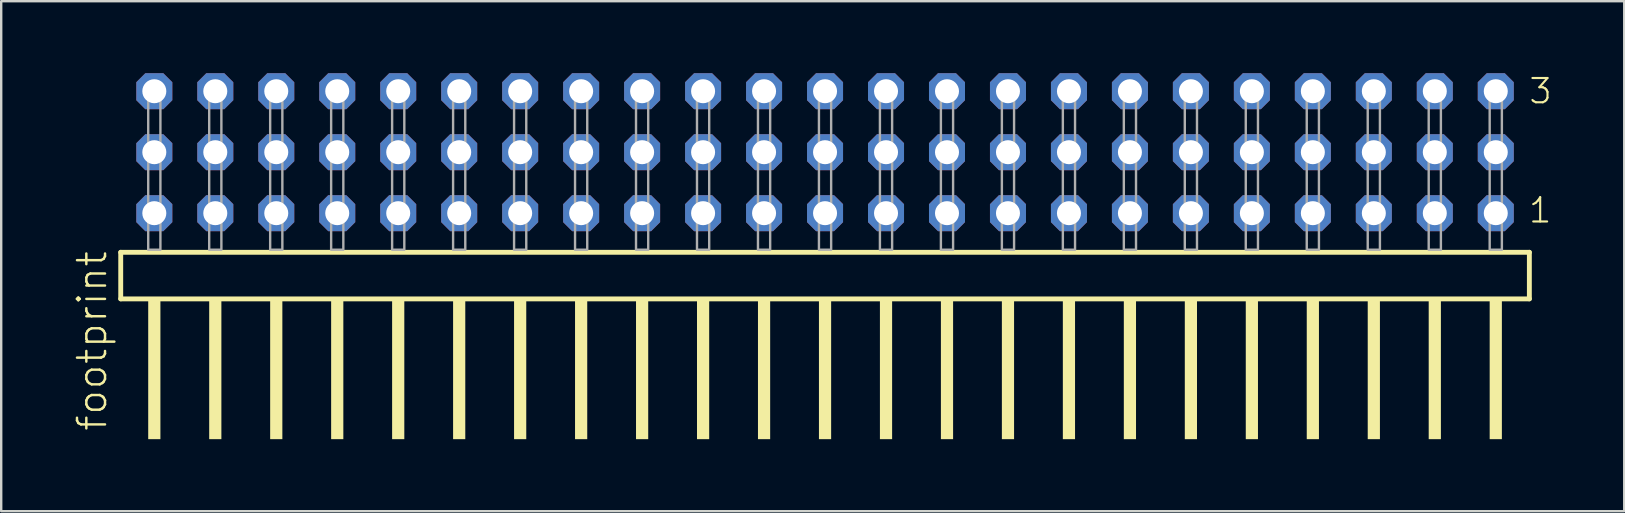
<source format=kicad_pcb>
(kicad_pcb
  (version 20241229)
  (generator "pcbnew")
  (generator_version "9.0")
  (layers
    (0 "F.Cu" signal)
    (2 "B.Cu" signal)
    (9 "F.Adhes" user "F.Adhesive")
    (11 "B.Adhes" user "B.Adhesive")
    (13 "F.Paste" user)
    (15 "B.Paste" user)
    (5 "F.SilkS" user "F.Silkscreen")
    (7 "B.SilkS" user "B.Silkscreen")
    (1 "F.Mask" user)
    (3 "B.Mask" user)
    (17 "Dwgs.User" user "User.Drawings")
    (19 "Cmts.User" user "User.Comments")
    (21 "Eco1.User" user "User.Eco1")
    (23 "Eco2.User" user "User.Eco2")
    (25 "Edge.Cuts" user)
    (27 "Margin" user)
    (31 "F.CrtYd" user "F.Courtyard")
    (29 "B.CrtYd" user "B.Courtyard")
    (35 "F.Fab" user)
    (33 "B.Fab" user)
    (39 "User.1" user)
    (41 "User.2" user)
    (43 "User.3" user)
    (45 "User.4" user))
  (footprint "footprint"
    (layer "F.Cu")
    (at 31.318 7.354)
    (property "Reference" "footprint" (at -29.845 7.62 90) (layer "F.SilkS") (effects (font (size 1.168 1.168) (thickness 0.102)) (justify left bottom)))
    (fp_line (start -29.339 0.106) (end -29.339 2.046) (stroke (width 0.203) (type solid)) (layer "F.SilkS"))
    (fp_line (start -29.339 2.046) (end 29.339 2.046) (stroke (width 0.203) (type solid)) (layer "F.SilkS"))
    (fp_line (start 29.339 0.106) (end -29.339 0.106) (stroke (width 0.203) (type solid)) (layer "F.SilkS"))
    (fp_line (start 29.339 2.046) (end 29.339 0.106) (stroke (width 0.203) (type solid)) (layer "F.SilkS"))
    (fp_poly (pts (xy -28.194 7.89) (xy -27.686 7.89) (xy -27.686 2.04) (xy -28.194 2.04)) (stroke (width 0) (type solid)) (fill yes) (layer "F.SilkS"))
    (fp_poly (pts (xy -25.654 7.89) (xy -25.146 7.89) (xy -25.146 2.04) (xy -25.654 2.04)) (stroke (width 0) (type solid)) (fill yes) (layer "F.SilkS"))
    (fp_poly (pts (xy -23.114 7.89) (xy -22.606 7.89) (xy -22.606 2.04) (xy -23.114 2.04)) (stroke (width 0) (type solid)) (fill yes) (layer "F.SilkS"))
    (fp_poly (pts (xy -20.574 7.89) (xy -20.066 7.89) (xy -20.066 2.04) (xy -20.574 2.04)) (stroke (width 0) (type solid)) (fill yes) (layer "F.SilkS"))
    (fp_poly (pts (xy -18.034 7.89) (xy -17.526 7.89) (xy -17.526 2.04) (xy -18.034 2.04)) (stroke (width 0) (type solid)) (fill yes) (layer "F.SilkS"))
    (fp_poly (pts (xy -15.494 7.89) (xy -14.986 7.89) (xy -14.986 2.04) (xy -15.494 2.04)) (stroke (width 0) (type solid)) (fill yes) (layer "F.SilkS"))
    (fp_poly (pts (xy -12.954 7.89) (xy -12.446 7.89) (xy -12.446 2.04) (xy -12.954 2.04)) (stroke (width 0) (type solid)) (fill yes) (layer "F.SilkS"))
    (fp_poly (pts (xy -10.414 7.89) (xy -9.906 7.89) (xy -9.906 2.04) (xy -10.414 2.04)) (stroke (width 0) (type solid)) (fill yes) (layer "F.SilkS"))
    (fp_poly (pts (xy -7.874 7.89) (xy -7.366 7.89) (xy -7.366 2.04) (xy -7.874 2.04)) (stroke (width 0) (type solid)) (fill yes) (layer "F.SilkS"))
    (fp_poly (pts (xy -5.334 7.89) (xy -4.826 7.89) (xy -4.826 2.04) (xy -5.334 2.04)) (stroke (width 0) (type solid)) (fill yes) (layer "F.SilkS"))
    (fp_poly (pts (xy -2.794 7.89) (xy -2.286 7.89) (xy -2.286 2.04) (xy -2.794 2.04)) (stroke (width 0) (type solid)) (fill yes) (layer "F.SilkS"))
    (fp_poly (pts (xy -0.254 7.89) (xy 0.254 7.89) (xy 0.254 2.04) (xy -0.254 2.04)) (stroke (width 0) (type solid)) (fill yes) (layer "F.SilkS"))
    (fp_poly (pts (xy 2.286 7.89) (xy 2.794 7.89) (xy 2.794 2.04) (xy 2.286 2.04)) (stroke (width 0) (type solid)) (fill yes) (layer "F.SilkS"))
    (fp_poly (pts (xy 4.826 7.89) (xy 5.334 7.89) (xy 5.334 2.04) (xy 4.826 2.04)) (stroke (width 0) (type solid)) (fill yes) (layer "F.SilkS"))
    (fp_poly (pts (xy 7.366 7.89) (xy 7.874 7.89) (xy 7.874 2.04) (xy 7.366 2.04)) (stroke (width 0) (type solid)) (fill yes) (layer "F.SilkS"))
    (fp_poly (pts (xy 9.906 7.89) (xy 10.414 7.89) (xy 10.414 2.04) (xy 9.906 2.04)) (stroke (width 0) (type solid)) (fill yes) (layer "F.SilkS"))
    (fp_poly (pts (xy 12.446 7.89) (xy 12.954 7.89) (xy 12.954 2.04) (xy 12.446 2.04)) (stroke (width 0) (type solid)) (fill yes) (layer "F.SilkS"))
    (fp_poly (pts (xy 14.986 7.89) (xy 15.494 7.89) (xy 15.494 2.04) (xy 14.986 2.04)) (stroke (width 0) (type solid)) (fill yes) (layer "F.SilkS"))
    (fp_poly (pts (xy 17.526 7.89) (xy 18.034 7.89) (xy 18.034 2.04) (xy 17.526 2.04)) (stroke (width 0) (type solid)) (fill yes) (layer "F.SilkS"))
    (fp_poly (pts (xy 20.066 7.89) (xy 20.574 7.89) (xy 20.574 2.04) (xy 20.066 2.04)) (stroke (width 0) (type solid)) (fill yes) (layer "F.SilkS"))
    (fp_poly (pts (xy 22.606 7.89) (xy 23.114 7.89) (xy 23.114 2.04) (xy 22.606 2.04)) (stroke (width 0) (type solid)) (fill yes) (layer "F.SilkS"))
    (fp_poly (pts (xy 25.146 7.89) (xy 25.654 7.89) (xy 25.654 2.04) (xy 25.146 2.04)) (stroke (width 0) (type solid)) (fill yes) (layer "F.SilkS"))
    (fp_poly (pts (xy 27.686 7.89) (xy 28.194 7.89) (xy 28.194 2.04) (xy 27.686 2.04)) (stroke (width 0) (type solid)) (fill yes) (layer "F.SilkS"))
    (fp_poly (pts (xy -28.194 0) (xy -27.686 0) (xy -27.686 -6.858) (xy -28.194 -6.858)) (stroke (width 0.1) (type solid)) (fill no) (layer "F.Fab"))
    (fp_poly (pts (xy -25.654 0) (xy -25.146 0) (xy -25.146 -6.858) (xy -25.654 -6.858)) (stroke (width 0.1) (type solid)) (fill no) (layer "F.Fab"))
    (fp_poly (pts (xy -23.114 0) (xy -22.606 0) (xy -22.606 -6.858) (xy -23.114 -6.858)) (stroke (width 0.1) (type solid)) (fill no) (layer "F.Fab"))
    (fp_poly (pts (xy -20.574 0) (xy -20.066 0) (xy -20.066 -6.858) (xy -20.574 -6.858)) (stroke (width 0.1) (type solid)) (fill no) (layer "F.Fab"))
    (fp_poly (pts (xy -18.034 0) (xy -17.526 0) (xy -17.526 -6.858) (xy -18.034 -6.858)) (stroke (width 0.1) (type solid)) (fill no) (layer "F.Fab"))
    (fp_poly (pts (xy -15.494 0) (xy -14.986 0) (xy -14.986 -6.858) (xy -15.494 -6.858)) (stroke (width 0.1) (type solid)) (fill no) (layer "F.Fab"))
    (fp_poly (pts (xy -12.954 0) (xy -12.446 0) (xy -12.446 -6.858) (xy -12.954 -6.858)) (stroke (width 0.1) (type solid)) (fill no) (layer "F.Fab"))
    (fp_poly (pts (xy -10.414 0) (xy -9.906 0) (xy -9.906 -6.858) (xy -10.414 -6.858)) (stroke (width 0.1) (type solid)) (fill no) (layer "F.Fab"))
    (fp_poly (pts (xy -7.874 0) (xy -7.366 0) (xy -7.366 -6.858) (xy -7.874 -6.858)) (stroke (width 0.1) (type solid)) (fill no) (layer "F.Fab"))
    (fp_poly (pts (xy -5.334 0) (xy -4.826 0) (xy -4.826 -6.858) (xy -5.334 -6.858)) (stroke (width 0.1) (type solid)) (fill no) (layer "F.Fab"))
    (fp_poly (pts (xy -2.794 0) (xy -2.286 0) (xy -2.286 -6.858) (xy -2.794 -6.858)) (stroke (width 0.1) (type solid)) (fill no) (layer "F.Fab"))
    (fp_poly (pts (xy -0.254 0) (xy 0.254 0) (xy 0.254 -6.858) (xy -0.254 -6.858)) (stroke (width 0.1) (type solid)) (fill no) (layer "F.Fab"))
    (fp_poly (pts (xy 2.286 0) (xy 2.794 0) (xy 2.794 -6.858) (xy 2.286 -6.858)) (stroke (width 0.1) (type solid)) (fill no) (layer "F.Fab"))
    (fp_poly (pts (xy 4.826 0) (xy 5.334 0) (xy 5.334 -6.858) (xy 4.826 -6.858)) (stroke (width 0.1) (type solid)) (fill no) (layer "F.Fab"))
    (fp_poly (pts (xy 7.366 0) (xy 7.874 0) (xy 7.874 -6.858) (xy 7.366 -6.858)) (stroke (width 0.1) (type solid)) (fill no) (layer "F.Fab"))
    (fp_poly (pts (xy 9.906 0) (xy 10.414 0) (xy 10.414 -6.858) (xy 9.906 -6.858)) (stroke (width 0.1) (type solid)) (fill no) (layer "F.Fab"))
    (fp_poly (pts (xy 12.446 0) (xy 12.954 0) (xy 12.954 -6.858) (xy 12.446 -6.858)) (stroke (width 0.1) (type solid)) (fill no) (layer "F.Fab"))
    (fp_poly (pts (xy 14.986 0) (xy 15.494 0) (xy 15.494 -6.858) (xy 14.986 -6.858)) (stroke (width 0.1) (type solid)) (fill no) (layer "F.Fab"))
    (fp_poly (pts (xy 17.526 0) (xy 18.034 0) (xy 18.034 -6.858) (xy 17.526 -6.858)) (stroke (width 0.1) (type solid)) (fill no) (layer "F.Fab"))
    (fp_poly (pts (xy 20.066 0) (xy 20.574 0) (xy 20.574 -6.858) (xy 20.066 -6.858)) (stroke (width 0.1) (type solid)) (fill no) (layer "F.Fab"))
    (fp_poly (pts (xy 22.606 0) (xy 23.114 0) (xy 23.114 -6.858) (xy 22.606 -6.858)) (stroke (width 0.1) (type solid)) (fill no) (layer "F.Fab"))
    (fp_poly (pts (xy 25.146 0) (xy 25.654 0) (xy 25.654 -6.858) (xy 25.146 -6.858)) (stroke (width 0.1) (type solid)) (fill no) (layer "F.Fab"))
    (fp_poly (pts (xy 27.686 0) (xy 28.194 0) (xy 28.194 -6.858) (xy 27.686 -6.858)) (stroke (width 0.1) (type solid)) (fill no) (layer "F.Fab"))
    (fp_text user "3" (at 29.265 -6.015 0) (layer "F.SilkS") (effects (font (size 1.012 1.012) (thickness 0.088)) (justify left bottom)))
    (fp_text user "1" (at 29.25 -1.05 0) (layer "F.SilkS") (effects (font (size 1.012 1.012) (thickness 0.088)) (justify left bottom)))
    (pad "1" thru_hole roundrect (at 27.94 -1.524 180) (size 1.5 1.5) (drill 1) (layers "*.Cu" "*.Mask") (roundrect_rratio 0.25) (chamfer_ratio 0.25) (chamfer top_left top_right bottom_left bottom_right))
    (pad "2" thru_hole roundrect (at 27.94 -4.064 180) (size 1.5 1.5) (drill 1) (layers "*.Cu" "*.Mask") (roundrect_rratio 0.25) (chamfer_ratio 0.25) (chamfer top_left top_right bottom_left bottom_right))
    (pad "3" thru_hole roundrect (at 27.94 -6.604 180) (size 1.5 1.5) (drill 1) (layers "*.Cu" "*.Mask") (roundrect_rratio 0.25) (chamfer_ratio 0.25) (chamfer top_left top_right bottom_left bottom_right))
    (pad "4" thru_hole roundrect (at 25.4 -1.524 180) (size 1.5 1.5) (drill 1) (layers "*.Cu" "*.Mask") (roundrect_rratio 0.25) (chamfer_ratio 0.25) (chamfer top_left top_right bottom_left bottom_right))
    (pad "5" thru_hole roundrect (at 25.4 -4.064 180) (size 1.5 1.5) (drill 1) (layers "*.Cu" "*.Mask") (roundrect_rratio 0.25) (chamfer_ratio 0.25) (chamfer top_left top_right bottom_left bottom_right))
    (pad "6" thru_hole roundrect (at 25.4 -6.604 180) (size 1.5 1.5) (drill 1) (layers "*.Cu" "*.Mask") (roundrect_rratio 0.25) (chamfer_ratio 0.25) (chamfer top_left top_right bottom_left bottom_right))
    (pad "7" thru_hole roundrect (at 22.86 -1.524 180) (size 1.5 1.5) (drill 1) (layers "*.Cu" "*.Mask") (roundrect_rratio 0.25) (chamfer_ratio 0.25) (chamfer top_left top_right bottom_left bottom_right))
    (pad "8" thru_hole roundrect (at 22.86 -4.064 180) (size 1.5 1.5) (drill 1) (layers "*.Cu" "*.Mask") (roundrect_rratio 0.25) (chamfer_ratio 0.25) (chamfer top_left top_right bottom_left bottom_right))
    (pad "9" thru_hole roundrect (at 22.86 -6.604 180) (size 1.5 1.5) (drill 1) (layers "*.Cu" "*.Mask") (roundrect_rratio 0.25) (chamfer_ratio 0.25) (chamfer top_left top_right bottom_left bottom_right))
    (pad "10" thru_hole roundrect (at 20.32 -1.524 180) (size 1.5 1.5) (drill 1) (layers "*.Cu" "*.Mask") (roundrect_rratio 0.25) (chamfer_ratio 0.25) (chamfer top_left top_right bottom_left bottom_right))
    (pad "11" thru_hole roundrect (at 20.32 -4.064 180) (size 1.5 1.5) (drill 1) (layers "*.Cu" "*.Mask") (roundrect_rratio 0.25) (chamfer_ratio 0.25) (chamfer top_left top_right bottom_left bottom_right))
    (pad "12" thru_hole roundrect (at 20.32 -6.604 180) (size 1.5 1.5) (drill 1) (layers "*.Cu" "*.Mask") (roundrect_rratio 0.25) (chamfer_ratio 0.25) (chamfer top_left top_right bottom_left bottom_right))
    (pad "13" thru_hole roundrect (at 17.78 -1.524 180) (size 1.5 1.5) (drill 1) (layers "*.Cu" "*.Mask") (roundrect_rratio 0.25) (chamfer_ratio 0.25) (chamfer top_left top_right bottom_left bottom_right))
    (pad "14" thru_hole roundrect (at 17.78 -4.064 180) (size 1.5 1.5) (drill 1) (layers "*.Cu" "*.Mask") (roundrect_rratio 0.25) (chamfer_ratio 0.25) (chamfer top_left top_right bottom_left bottom_right))
    (pad "15" thru_hole roundrect (at 17.78 -6.604 180) (size 1.5 1.5) (drill 1) (layers "*.Cu" "*.Mask") (roundrect_rratio 0.25) (chamfer_ratio 0.25) (chamfer top_left top_right bottom_left bottom_right))
    (pad "16" thru_hole roundrect (at 15.24 -1.524 180) (size 1.5 1.5) (drill 1) (layers "*.Cu" "*.Mask") (roundrect_rratio 0.25) (chamfer_ratio 0.25) (chamfer top_left top_right bottom_left bottom_right))
    (pad "17" thru_hole roundrect (at 15.24 -4.064 180) (size 1.5 1.5) (drill 1) (layers "*.Cu" "*.Mask") (roundrect_rratio 0.25) (chamfer_ratio 0.25) (chamfer top_left top_right bottom_left bottom_right))
    (pad "18" thru_hole roundrect (at 15.24 -6.604 180) (size 1.5 1.5) (drill 1) (layers "*.Cu" "*.Mask") (roundrect_rratio 0.25) (chamfer_ratio 0.25) (chamfer top_left top_right bottom_left bottom_right))
    (pad "19" thru_hole roundrect (at 12.7 -1.524 180) (size 1.5 1.5) (drill 1) (layers "*.Cu" "*.Mask") (roundrect_rratio 0.25) (chamfer_ratio 0.25) (chamfer top_left top_right bottom_left bottom_right))
    (pad "20" thru_hole roundrect (at 12.7 -4.064 180) (size 1.5 1.5) (drill 1) (layers "*.Cu" "*.Mask") (roundrect_rratio 0.25) (chamfer_ratio 0.25) (chamfer top_left top_right bottom_left bottom_right))
    (pad "21" thru_hole roundrect (at 12.7 -6.604 180) (size 1.5 1.5) (drill 1) (layers "*.Cu" "*.Mask") (roundrect_rratio 0.25) (chamfer_ratio 0.25) (chamfer top_left top_right bottom_left bottom_right))
    (pad "22" thru_hole roundrect (at 10.16 -1.524 180) (size 1.5 1.5) (drill 1) (layers "*.Cu" "*.Mask") (roundrect_rratio 0.25) (chamfer_ratio 0.25) (chamfer top_left top_right bottom_left bottom_right))
    (pad "23" thru_hole roundrect (at 10.16 -4.064 180) (size 1.5 1.5) (drill 1) (layers "*.Cu" "*.Mask") (roundrect_rratio 0.25) (chamfer_ratio 0.25) (chamfer top_left top_right bottom_left bottom_right))
    (pad "24" thru_hole roundrect (at 10.16 -6.604 180) (size 1.5 1.5) (drill 1) (layers "*.Cu" "*.Mask") (roundrect_rratio 0.25) (chamfer_ratio 0.25) (chamfer top_left top_right bottom_left bottom_right))
    (pad "25" thru_hole roundrect (at 7.62 -1.524 180) (size 1.5 1.5) (drill 1) (layers "*.Cu" "*.Mask") (roundrect_rratio 0.25) (chamfer_ratio 0.25) (chamfer top_left top_right bottom_left bottom_right))
    (pad "26" thru_hole roundrect (at 7.62 -4.064 180) (size 1.5 1.5) (drill 1) (layers "*.Cu" "*.Mask") (roundrect_rratio 0.25) (chamfer_ratio 0.25) (chamfer top_left top_right bottom_left bottom_right))
    (pad "27" thru_hole roundrect (at 7.62 -6.604 180) (size 1.5 1.5) (drill 1) (layers "*.Cu" "*.Mask") (roundrect_rratio 0.25) (chamfer_ratio 0.25) (chamfer top_left top_right bottom_left bottom_right))
    (pad "28" thru_hole roundrect (at 5.08 -1.524 180) (size 1.5 1.5) (drill 1) (layers "*.Cu" "*.Mask") (roundrect_rratio 0.25) (chamfer_ratio 0.25) (chamfer top_left top_right bottom_left bottom_right))
    (pad "29" thru_hole roundrect (at 5.08 -4.064 180) (size 1.5 1.5) (drill 1) (layers "*.Cu" "*.Mask") (roundrect_rratio 0.25) (chamfer_ratio 0.25) (chamfer top_left top_right bottom_left bottom_right))
    (pad "30" thru_hole roundrect (at 5.08 -6.604 180) (size 1.5 1.5) (drill 1) (layers "*.Cu" "*.Mask") (roundrect_rratio 0.25) (chamfer_ratio 0.25) (chamfer top_left top_right bottom_left bottom_right))
    (pad "31" thru_hole roundrect (at 2.54 -1.524 180) (size 1.5 1.5) (drill 1) (layers "*.Cu" "*.Mask") (roundrect_rratio 0.25) (chamfer_ratio 0.25) (chamfer top_left top_right bottom_left bottom_right))
    (pad "32" thru_hole roundrect (at 2.54 -4.064 180) (size 1.5 1.5) (drill 1) (layers "*.Cu" "*.Mask") (roundrect_rratio 0.25) (chamfer_ratio 0.25) (chamfer top_left top_right bottom_left bottom_right))
    (pad "33" thru_hole roundrect (at 2.54 -6.604 180) (size 1.5 1.5) (drill 1) (layers "*.Cu" "*.Mask") (roundrect_rratio 0.25) (chamfer_ratio 0.25) (chamfer top_left top_right bottom_left bottom_right))
    (pad "34" thru_hole roundrect (at 0 -1.524 180) (size 1.5 1.5) (drill 1) (layers "*.Cu" "*.Mask") (roundrect_rratio 0.25) (chamfer_ratio 0.25) (chamfer top_left top_right bottom_left bottom_right))
    (pad "35" thru_hole roundrect (at 0 -4.064 180) (size 1.5 1.5) (drill 1) (layers "*.Cu" "*.Mask") (roundrect_rratio 0.25) (chamfer_ratio 0.25) (chamfer top_left top_right bottom_left bottom_right))
    (pad "36" thru_hole roundrect (at 0 -6.604 180) (size 1.5 1.5) (drill 1) (layers "*.Cu" "*.Mask") (roundrect_rratio 0.25) (chamfer_ratio 0.25) (chamfer top_left top_right bottom_left bottom_right))
    (pad "37" thru_hole roundrect (at -2.54 -1.524 180) (size 1.5 1.5) (drill 1) (layers "*.Cu" "*.Mask") (roundrect_rratio 0.25) (chamfer_ratio 0.25) (chamfer top_left top_right bottom_left bottom_right))
    (pad "38" thru_hole roundrect (at -2.54 -4.064 180) (size 1.5 1.5) (drill 1) (layers "*.Cu" "*.Mask") (roundrect_rratio 0.25) (chamfer_ratio 0.25) (chamfer top_left top_right bottom_left bottom_right))
    (pad "39" thru_hole roundrect (at -2.54 -6.604 180) (size 1.5 1.5) (drill 1) (layers "*.Cu" "*.Mask") (roundrect_rratio 0.25) (chamfer_ratio 0.25) (chamfer top_left top_right bottom_left bottom_right))
    (pad "40" thru_hole roundrect (at -5.08 -1.524 180) (size 1.5 1.5) (drill 1) (layers "*.Cu" "*.Mask") (roundrect_rratio 0.25) (chamfer_ratio 0.25) (chamfer top_left top_right bottom_left bottom_right))
    (pad "41" thru_hole roundrect (at -5.08 -4.064 180) (size 1.5 1.5) (drill 1) (layers "*.Cu" "*.Mask") (roundrect_rratio 0.25) (chamfer_ratio 0.25) (chamfer top_left top_right bottom_left bottom_right))
    (pad "42" thru_hole roundrect (at -5.08 -6.604 180) (size 1.5 1.5) (drill 1) (layers "*.Cu" "*.Mask") (roundrect_rratio 0.25) (chamfer_ratio 0.25) (chamfer top_left top_right bottom_left bottom_right))
    (pad "43" thru_hole roundrect (at -7.62 -1.524 180) (size 1.5 1.5) (drill 1) (layers "*.Cu" "*.Mask") (roundrect_rratio 0.25) (chamfer_ratio 0.25) (chamfer top_left top_right bottom_left bottom_right))
    (pad "44" thru_hole roundrect (at -7.62 -4.064 180) (size 1.5 1.5) (drill 1) (layers "*.Cu" "*.Mask") (roundrect_rratio 0.25) (chamfer_ratio 0.25) (chamfer top_left top_right bottom_left bottom_right))
    (pad "45" thru_hole roundrect (at -7.62 -6.604 180) (size 1.5 1.5) (drill 1) (layers "*.Cu" "*.Mask") (roundrect_rratio 0.25) (chamfer_ratio 0.25) (chamfer top_left top_right bottom_left bottom_right))
    (pad "46" thru_hole roundrect (at -10.16 -1.524 180) (size 1.5 1.5) (drill 1) (layers "*.Cu" "*.Mask") (roundrect_rratio 0.25) (chamfer_ratio 0.25) (chamfer top_left top_right bottom_left bottom_right))
    (pad "47" thru_hole roundrect (at -10.16 -4.064 180) (size 1.5 1.5) (drill 1) (layers "*.Cu" "*.Mask") (roundrect_rratio 0.25) (chamfer_ratio 0.25) (chamfer top_left top_right bottom_left bottom_right))
    (pad "48" thru_hole roundrect (at -10.16 -6.604 180) (size 1.5 1.5) (drill 1) (layers "*.Cu" "*.Mask") (roundrect_rratio 0.25) (chamfer_ratio 0.25) (chamfer top_left top_right bottom_left bottom_right))
    (pad "49" thru_hole roundrect (at -12.7 -1.524 180) (size 1.5 1.5) (drill 1) (layers "*.Cu" "*.Mask") (roundrect_rratio 0.25) (chamfer_ratio 0.25) (chamfer top_left top_right bottom_left bottom_right))
    (pad "50" thru_hole roundrect (at -12.7 -4.064 180) (size 1.5 1.5) (drill 1) (layers "*.Cu" "*.Mask") (roundrect_rratio 0.25) (chamfer_ratio 0.25) (chamfer top_left top_right bottom_left bottom_right))
    (pad "51" thru_hole roundrect (at -12.7 -6.604 180) (size 1.5 1.5) (drill 1) (layers "*.Cu" "*.Mask") (roundrect_rratio 0.25) (chamfer_ratio 0.25) (chamfer top_left top_right bottom_left bottom_right))
    (pad "52" thru_hole roundrect (at -15.24 -1.524 180) (size 1.5 1.5) (drill 1) (layers "*.Cu" "*.Mask") (roundrect_rratio 0.25) (chamfer_ratio 0.25) (chamfer top_left top_right bottom_left bottom_right))
    (pad "53" thru_hole roundrect (at -15.24 -4.064 180) (size 1.5 1.5) (drill 1) (layers "*.Cu" "*.Mask") (roundrect_rratio 0.25) (chamfer_ratio 0.25) (chamfer top_left top_right bottom_left bottom_right))
    (pad "54" thru_hole roundrect (at -15.24 -6.604 180) (size 1.5 1.5) (drill 1) (layers "*.Cu" "*.Mask") (roundrect_rratio 0.25) (chamfer_ratio 0.25) (chamfer top_left top_right bottom_left bottom_right))
    (pad "55" thru_hole roundrect (at -17.78 -1.524 180) (size 1.5 1.5) (drill 1) (layers "*.Cu" "*.Mask") (roundrect_rratio 0.25) (chamfer_ratio 0.25) (chamfer top_left top_right bottom_left bottom_right))
    (pad "56" thru_hole roundrect (at -17.78 -4.064 180) (size 1.5 1.5) (drill 1) (layers "*.Cu" "*.Mask") (roundrect_rratio 0.25) (chamfer_ratio 0.25) (chamfer top_left top_right bottom_left bottom_right))
    (pad "57" thru_hole roundrect (at -17.78 -6.604 180) (size 1.5 1.5) (drill 1) (layers "*.Cu" "*.Mask") (roundrect_rratio 0.25) (chamfer_ratio 0.25) (chamfer top_left top_right bottom_left bottom_right))
    (pad "58" thru_hole roundrect (at -20.32 -1.524 180) (size 1.5 1.5) (drill 1) (layers "*.Cu" "*.Mask") (roundrect_rratio 0.25) (chamfer_ratio 0.25) (chamfer top_left top_right bottom_left bottom_right))
    (pad "59" thru_hole roundrect (at -20.32 -4.064 180) (size 1.5 1.5) (drill 1) (layers "*.Cu" "*.Mask") (roundrect_rratio 0.25) (chamfer_ratio 0.25) (chamfer top_left top_right bottom_left bottom_right))
    (pad "60" thru_hole roundrect (at -20.32 -6.604 180) (size 1.5 1.5) (drill 1) (layers "*.Cu" "*.Mask") (roundrect_rratio 0.25) (chamfer_ratio 0.25) (chamfer top_left top_right bottom_left bottom_right))
    (pad "61" thru_hole roundrect (at -22.86 -1.524 180) (size 1.5 1.5) (drill 1) (layers "*.Cu" "*.Mask") (roundrect_rratio 0.25) (chamfer_ratio 0.25) (chamfer top_left top_right bottom_left bottom_right))
    (pad "62" thru_hole roundrect (at -22.86 -4.064 180) (size 1.5 1.5) (drill 1) (layers "*.Cu" "*.Mask") (roundrect_rratio 0.25) (chamfer_ratio 0.25) (chamfer top_left top_right bottom_left bottom_right))
    (pad "63" thru_hole roundrect (at -22.86 -6.604 180) (size 1.5 1.5) (drill 1) (layers "*.Cu" "*.Mask") (roundrect_rratio 0.25) (chamfer_ratio 0.25) (chamfer top_left top_right bottom_left bottom_right))
    (pad "64" thru_hole roundrect (at -25.4 -1.524 180) (size 1.5 1.5) (drill 1) (layers "*.Cu" "*.Mask") (roundrect_rratio 0.25) (chamfer_ratio 0.25) (chamfer top_left top_right bottom_left bottom_right))
    (pad "65" thru_hole roundrect (at -25.4 -4.064 180) (size 1.5 1.5) (drill 1) (layers "*.Cu" "*.Mask") (roundrect_rratio 0.25) (chamfer_ratio 0.25) (chamfer top_left top_right bottom_left bottom_right))
    (pad "66" thru_hole roundrect (at -25.4 -6.604 180) (size 1.5 1.5) (drill 1) (layers "*.Cu" "*.Mask") (roundrect_rratio 0.25) (chamfer_ratio 0.25) (chamfer top_left top_right bottom_left bottom_right))
    (pad "67" thru_hole roundrect (at -27.94 -1.524 180) (size 1.5 1.5) (drill 1) (layers "*.Cu" "*.Mask") (roundrect_rratio 0.25) (chamfer_ratio 0.25) (chamfer top_left top_right bottom_left bottom_right))
    (pad "68" thru_hole roundrect (at -27.94 -4.064 180) (size 1.5 1.5) (drill 1) (layers "*.Cu" "*.Mask") (roundrect_rratio 0.25) (chamfer_ratio 0.25) (chamfer top_left top_right bottom_left bottom_right))
    (pad "69" thru_hole roundrect (at -27.94 -6.604 180) (size 1.5 1.5) (drill 1) (layers "*.Cu" "*.Mask") (roundrect_rratio 0.25) (chamfer_ratio 0.25) (chamfer top_left top_right bottom_left bottom_right)))
  (gr_rect
    (start -3 -3)
    (end 64.609 18.244)
    (stroke (width 0.1) (type default))
    (fill no)
    (layer "Edge.Cuts")))
</source>
